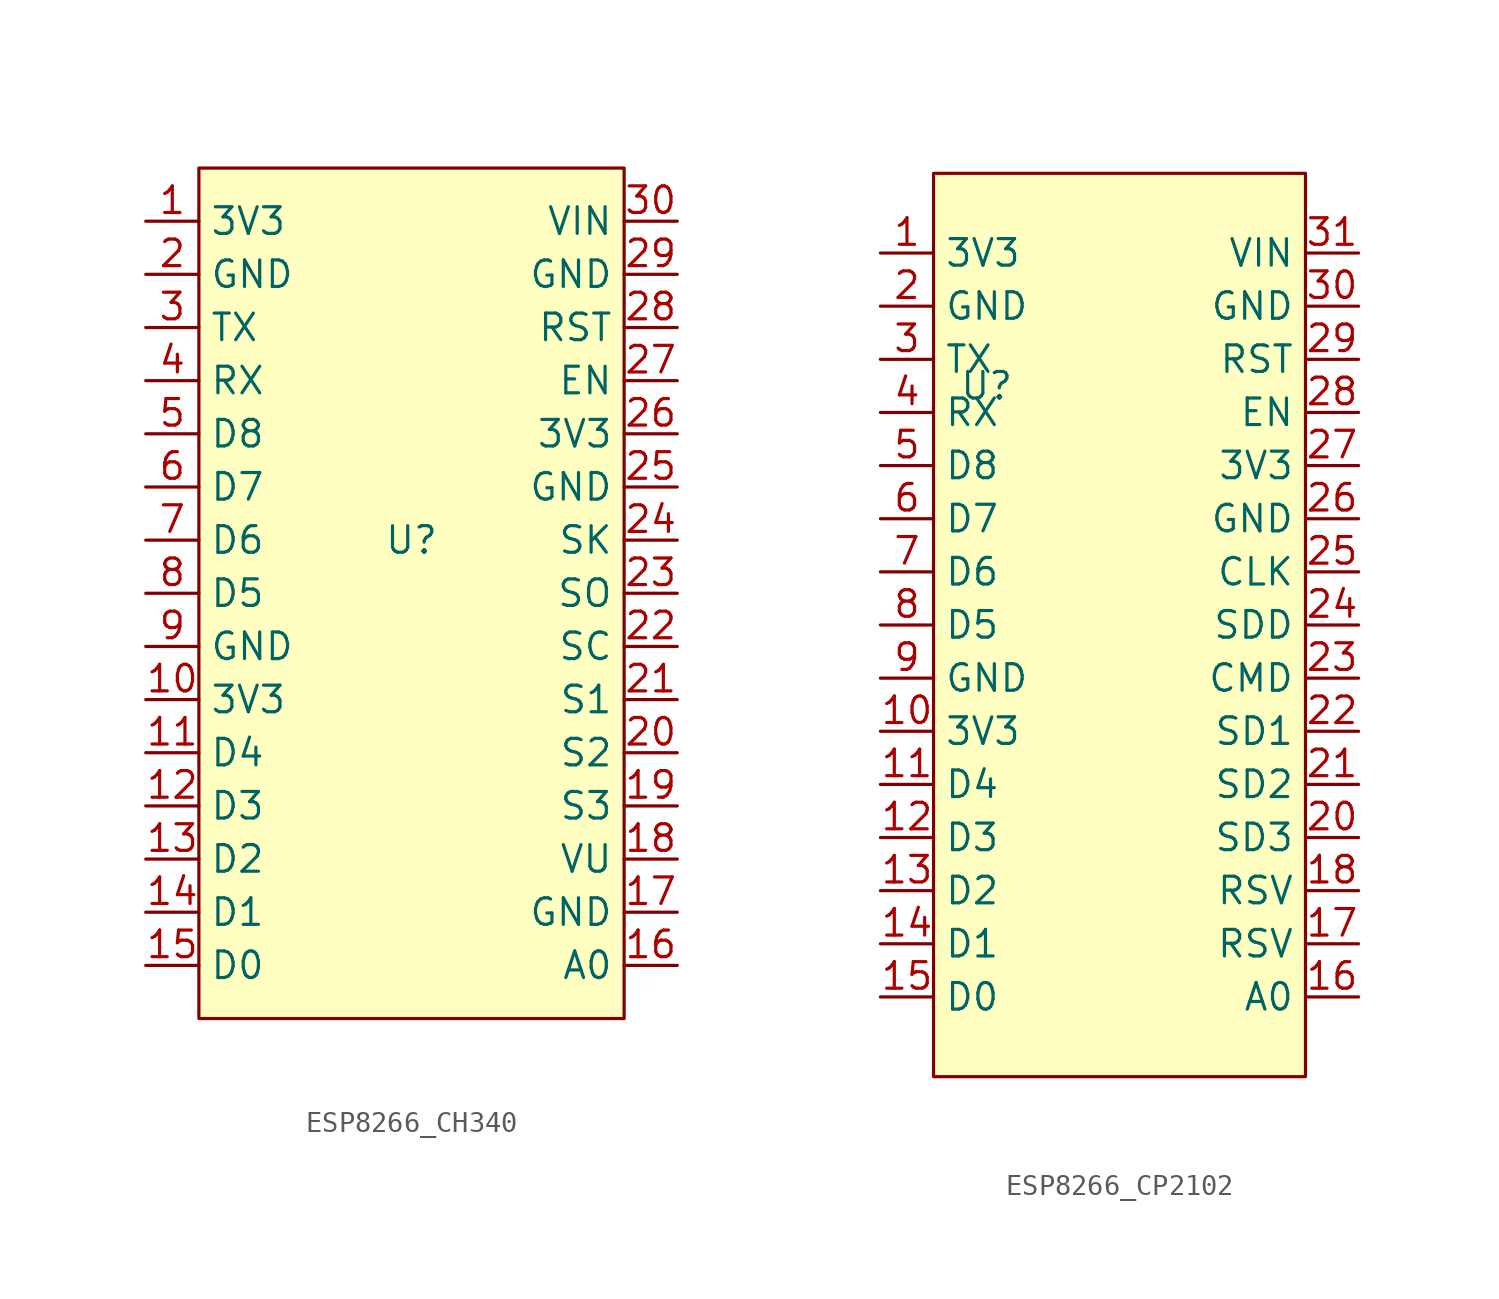
<source format=kicad_sym>
(kicad_symbol_lib
  (version 20231120)
  (generator "kicad_symbol_editor")
  (generator_version "8.0")
  (symbol "ESP8266_CH340"
    (property "Reference" "U"
      (at 0 0 0)
      (effects (font (size 1.27 1.27))))
    (property "Value" ""
      (at 0 0 0)
      (effects (font (size 1.27 1.27))))
    (symbol "ESP8266_CH340_1_1"
      (rectangle (start -10.16 17.78) (end 10.16 -22.86) (stroke (width 0) (type default)) (fill (type background)))
      (pin power_out line (at -12.7 15.24 0) (length 2.54) (name "3V3" (effects (font (size 1.27 1.27)))) (number "1" (effects (font (size 1.27 1.27)))))
      (pin power_out line (at -12.7 -7.62 0) (length 2.54) (name "3V3" (effects (font (size 1.27 1.27)))) (number "10" (effects (font (size 1.27 1.27)))))
      (pin bidirectional line (at -12.7 -10.16 0) (length 2.54) (name "D4" (effects (font (size 1.27 1.27)))) (number "11" (effects (font (size 1.27 1.27)))))
      (pin bidirectional line (at -12.7 -12.7 0) (length 2.54) (name "D3" (effects (font (size 1.27 1.27)))) (number "12" (effects (font (size 1.27 1.27)))))
      (pin bidirectional line (at -12.7 -15.24 0) (length 2.54) (name "D2" (effects (font (size 1.27 1.27)))) (number "13" (effects (font (size 1.27 1.27)))))
      (pin bidirectional line (at -12.7 -17.78 0) (length 2.54) (name "D1" (effects (font (size 1.27 1.27)))) (number "14" (effects (font (size 1.27 1.27)))))
      (pin bidirectional line (at -12.7 -20.32 0) (length 2.54) (name "D0" (effects (font (size 1.27 1.27)))) (number "15" (effects (font (size 1.27 1.27)))))
      (pin input line (at 12.7 -20.32 180) (length 2.54) (name "A0" (effects (font (size 1.27 1.27)))) (number "16" (effects (font (size 1.27 1.27)))))
      (pin power_out line (at 12.7 -17.78 180) (length 2.54) (name "GND" (effects (font (size 1.27 1.27)))) (number "17" (effects (font (size 1.27 1.27)))))
      (pin power_out line (at 12.7 -15.24 180) (length 2.54) (name "VU" (effects (font (size 1.27 1.27)))) (number "18" (effects (font (size 1.27 1.27)))))
      (pin bidirectional line (at 12.7 -12.7 180) (length 2.54) (name "S3" (effects (font (size 1.27 1.27)))) (number "19" (effects (font (size 1.27 1.27)))))
      (pin power_out line (at -12.7 12.7 0) (length 2.54) (name "GND" (effects (font (size 1.27 1.27)))) (number "2" (effects (font (size 1.27 1.27)))))
      (pin bidirectional line (at 12.7 -10.16 180) (length 2.54) (name "S2" (effects (font (size 1.27 1.27)))) (number "20" (effects (font (size 1.27 1.27)))))
      (pin bidirectional line (at 12.7 -7.62 180) (length 2.54) (name "S1" (effects (font (size 1.27 1.27)))) (number "21" (effects (font (size 1.27 1.27)))))
      (pin bidirectional line (at 12.7 -5.08 180) (length 2.54) (name "SC" (effects (font (size 1.27 1.27)))) (number "22" (effects (font (size 1.27 1.27)))))
      (pin bidirectional line (at 12.7 -2.54 180) (length 2.54) (name "SO" (effects (font (size 1.27 1.27)))) (number "23" (effects (font (size 1.27 1.27)))))
      (pin bidirectional line (at 12.7 0 180) (length 2.54) (name "SK" (effects (font (size 1.27 1.27)))) (number "24" (effects (font (size 1.27 1.27)))))
      (pin power_out line (at 12.7 2.54 180) (length 2.54) (name "GND" (effects (font (size 1.27 1.27)))) (number "25" (effects (font (size 1.27 1.27)))))
      (pin power_out line (at 12.7 5.08 180) (length 2.54) (name "3V3" (effects (font (size 1.27 1.27)))) (number "26" (effects (font (size 1.27 1.27)))))
      (pin bidirectional line (at 12.7 7.62 180) (length 2.54) (name "EN" (effects (font (size 1.27 1.27)))) (number "27" (effects (font (size 1.27 1.27)))))
      (pin bidirectional line (at 12.7 10.16 180) (length 2.54) (name "RST" (effects (font (size 1.27 1.27)))) (number "28" (effects (font (size 1.27 1.27)))))
      (pin power_in line (at 12.7 12.7 180) (length 2.54) (name "GND" (effects (font (size 1.27 1.27)))) (number "29" (effects (font (size 1.27 1.27)))))
      (pin bidirectional line (at -12.7 10.16 0) (length 2.54) (name "TX" (effects (font (size 1.27 1.27)))) (number "3" (effects (font (size 1.27 1.27)))))
      (pin power_in line (at 12.7 15.24 180) (length 2.54) (name "VIN" (effects (font (size 1.27 1.27)))) (number "30" (effects (font (size 1.27 1.27)))))
      (pin bidirectional line (at -12.7 7.62 0) (length 2.54) (name "RX" (effects (font (size 1.27 1.27)))) (number "4" (effects (font (size 1.27 1.27)))))
      (pin bidirectional line (at -12.7 5.08 0) (length 2.54) (name "D8" (effects (font (size 1.27 1.27)))) (number "5" (effects (font (size 1.27 1.27)))))
      (pin bidirectional line (at -12.7 2.54 0) (length 2.54) (name "D7" (effects (font (size 1.27 1.27)))) (number "6" (effects (font (size 1.27 1.27)))))
      (pin bidirectional line (at -12.7 0 0) (length 2.54) (name "D6" (effects (font (size 1.27 1.27)))) (number "7" (effects (font (size 1.27 1.27)))))
      (pin bidirectional line (at -12.7 -2.54 0) (length 2.54) (name "D5" (effects (font (size 1.27 1.27)))) (number "8" (effects (font (size 1.27 1.27)))))
      (pin power_out line (at -12.7 -5.08 0) (length 2.54) (name "GND" (effects (font (size 1.27 1.27)))) (number "9" (effects (font (size 1.27 1.27)))))))
  (symbol "ESP8266_CP2102"
    (property "Reference" "U"
      (at -5.08 11.43 0)
      (effects (font (size 1.27 1.27))))
    (property "Value" ""
      (at -5.08 11.43 0)
      (effects (font (size 1.27 1.27))))
    (symbol "ESP8266_CP2102_1_1"
      (rectangle (start -7.62 21.59) (end 10.16 -21.59) (stroke (width 0) (type default)) (fill (type background)))
      (pin power_out line (at -10.16 17.78 0) (length 2.54) (name "3V3" (effects (font (size 1.27 1.27)))) (number "1" (effects (font (size 1.27 1.27)))))
      (pin power_out line (at -10.16 -5.08 0) (length 2.54) (name "3V3" (effects (font (size 1.27 1.27)))) (number "10" (effects (font (size 1.27 1.27)))))
      (pin bidirectional line (at -10.16 -7.62 0) (length 2.54) (name "D4" (effects (font (size 1.27 1.27)))) (number "11" (effects (font (size 1.27 1.27)))))
      (pin bidirectional line (at -10.16 -10.16 0) (length 2.54) (name "D3" (effects (font (size 1.27 1.27)))) (number "12" (effects (font (size 1.27 1.27)))))
      (pin bidirectional line (at -10.16 -12.7 0) (length 2.54) (name "D2" (effects (font (size 1.27 1.27)))) (number "13" (effects (font (size 1.27 1.27)))))
      (pin bidirectional line (at -10.16 -15.24 0) (length 2.54) (name "D1" (effects (font (size 1.27 1.27)))) (number "14" (effects (font (size 1.27 1.27)))))
      (pin bidirectional line (at -10.16 -17.78 0) (length 2.54) (name "D0" (effects (font (size 1.27 1.27)))) (number "15" (effects (font (size 1.27 1.27)))))
      (pin input line (at 12.7 -17.78 180) (length 2.54) (name "A0" (effects (font (size 1.27 1.27)))) (number "16" (effects (font (size 1.27 1.27)))))
      (pin input line (at 12.7 -15.24 180) (length 2.54) (name "RSV" (effects (font (size 1.27 1.27)))) (number "17" (effects (font (size 1.27 1.27)))))
      (pin input line (at 12.7 -12.7 180) (length 2.54) (name "RSV" (effects (font (size 1.27 1.27)))) (number "18" (effects (font (size 1.27 1.27)))))
      (pin power_out line (at -10.16 15.24 0) (length 2.54) (name "GND" (effects (font (size 1.27 1.27)))) (number "2" (effects (font (size 1.27 1.27)))))
      (pin bidirectional line (at 12.7 -10.16 180) (length 2.54) (name "SD3" (effects (font (size 1.27 1.27)))) (number "20" (effects (font (size 1.27 1.27)))))
      (pin bidirectional line (at 12.7 -7.62 180) (length 2.54) (name "SD2" (effects (font (size 1.27 1.27)))) (number "21" (effects (font (size 1.27 1.27)))))
      (pin bidirectional line (at 12.7 -5.08 180) (length 2.54) (name "SD1" (effects (font (size 1.27 1.27)))) (number "22" (effects (font (size 1.27 1.27)))))
      (pin bidirectional line (at 12.7 -2.54 180) (length 2.54) (name "CMD" (effects (font (size 1.27 1.27)))) (number "23" (effects (font (size 1.27 1.27)))))
      (pin bidirectional line (at 12.7 0 180) (length 2.54) (name "SDD" (effects (font (size 1.27 1.27)))) (number "24" (effects (font (size 1.27 1.27)))))
      (pin bidirectional line (at 12.7 2.54 180) (length 2.54) (name "CLK" (effects (font (size 1.27 1.27)))) (number "25" (effects (font (size 1.27 1.27)))))
      (pin power_out line (at 12.7 5.08 180) (length 2.54) (name "GND" (effects (font (size 1.27 1.27)))) (number "26" (effects (font (size 1.27 1.27)))))
      (pin power_out line (at 12.7 7.62 180) (length 2.54) (name "3V3" (effects (font (size 1.27 1.27)))) (number "27" (effects (font (size 1.27 1.27)))))
      (pin bidirectional line (at 12.7 10.16 180) (length 2.54) (name "EN" (effects (font (size 1.27 1.27)))) (number "28" (effects (font (size 1.27 1.27)))))
      (pin bidirectional line (at 12.7 12.7 180) (length 2.54) (name "RST" (effects (font (size 1.27 1.27)))) (number "29" (effects (font (size 1.27 1.27)))))
      (pin bidirectional line (at -10.16 12.7 0) (length 2.54) (name "TX" (effects (font (size 1.27 1.27)))) (number "3" (effects (font (size 1.27 1.27)))))
      (pin power_in line (at 12.7 15.24 180) (length 2.54) (name "GND" (effects (font (size 1.27 1.27)))) (number "30" (effects (font (size 1.27 1.27)))))
      (pin power_in line (at 12.7 17.78 180) (length 2.54) (name "VIN" (effects (font (size 1.27 1.27)))) (number "31" (effects (font (size 1.27 1.27)))))
      (pin bidirectional line (at -10.16 10.16 0) (length 2.54) (name "RX" (effects (font (size 1.27 1.27)))) (number "4" (effects (font (size 1.27 1.27)))))
      (pin bidirectional line (at -10.16 7.62 0) (length 2.54) (name "D8" (effects (font (size 1.27 1.27)))) (number "5" (effects (font (size 1.27 1.27)))))
      (pin bidirectional line (at -10.16 5.08 0) (length 2.54) (name "D7" (effects (font (size 1.27 1.27)))) (number "6" (effects (font (size 1.27 1.27)))))
      (pin bidirectional line (at -10.16 2.54 0) (length 2.54) (name "D6" (effects (font (size 1.27 1.27)))) (number "7" (effects (font (size 1.27 1.27)))))
      (pin bidirectional line (at -10.16 0 0) (length 2.54) (name "D5" (effects (font (size 1.27 1.27)))) (number "8" (effects (font (size 1.27 1.27)))))
      (pin power_out line (at -10.16 -2.54 0) (length 2.54) (name "GND" (effects (font (size 1.27 1.27)))) (number "9" (effects (font (size 1.27 1.27))))))))
</source>
